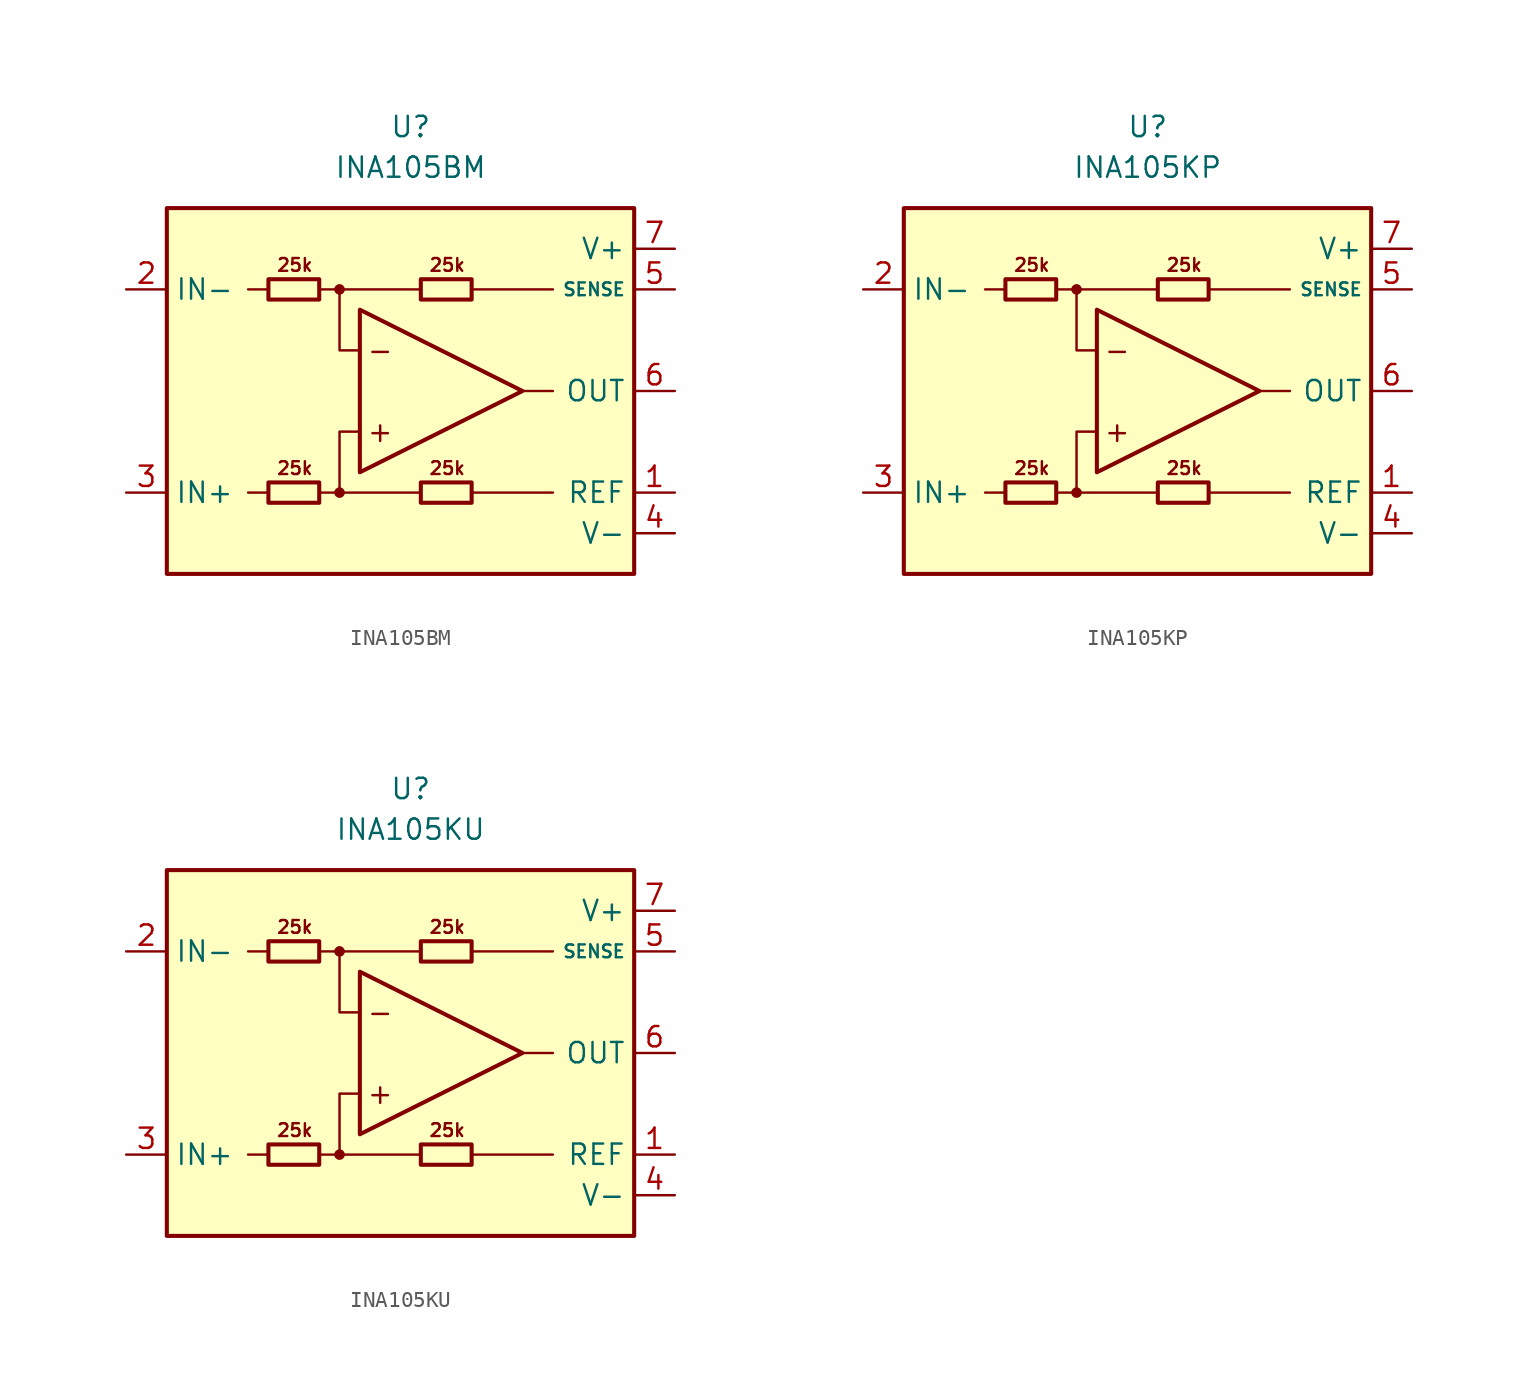
<source format=kicad_sym>
(kicad_symbol_lib
  (version 20211014)
  (generator kicad_symbol_editor)
  (symbol "INA105BM"
    (property "Reference" "U"
      (at 0 16.51 0)
      (effects (font (size 1.27 1.27))))
    (property "Value" "INA105BM"
      (at 0 13.97 0)
      (effects (font (size 1.27 1.27))))
    (symbol "INA105BM_0_0"
      (rectangle (start -15.24 11.43) (end 13.97 -11.43) (stroke (width 0.254) (type default) (color 0 0 0 0)) (fill (type background)))
      (circle (center -4.445 -6.35) (radius 0.254) (stroke (width 0.152) (type default) (color 0 0 0 0)) (fill (type outline)))
      (circle (center -4.445 6.35) (radius 0.254) (stroke (width 0.152) (type default) (color 0 0 0 0)) (fill (type outline)))
      (polyline (pts (xy -8.89 -6.35) (xy -10.16 -6.35)) (stroke (width 0.152) (type default) (color 0 0 0 0)) (fill (type none)))
      (polyline (pts (xy -8.89 6.35) (xy -10.16 6.35)) (stroke (width 0.152) (type default) (color 0 0 0 0)) (fill (type none)))
      (polyline (pts (xy -4.445 6.35) (xy 0.635 6.35)) (stroke (width 0.152) (type default) (color 0 0 0 0)) (fill (type none)))
      (polyline (pts (xy 0.635 -6.35) (xy -4.445 -6.35)) (stroke (width 0.152) (type default) (color 0 0 0 0)) (fill (type none)))
      (polyline (pts (xy 3.81 -6.35) (xy 8.89 -6.35)) (stroke (width 0.152) (type default) (color 0 0 0 0)) (fill (type none)))
      (polyline (pts (xy 3.81 6.35) (xy 8.89 6.35)) (stroke (width 0.152) (type default) (color 0 0 0 0)) (fill (type none)))
      (polyline (pts (xy 8.89 0) (xy 6.985 0)) (stroke (width 0.152) (type default) (color 0 0 0 0)) (fill (type none)))
      (polyline (pts (xy -5.715 -6.35) (xy -4.445 -6.35) (xy -4.445 -2.54) (xy -3.175 -2.54)) (stroke (width 0.152) (type default) (color 0 0 0 0)) (fill (type none)))
      (polyline (pts (xy -3.175 2.54) (xy -4.445 2.54) (xy -4.445 6.35) (xy -5.715 6.35)) (stroke (width 0.152) (type default) (color 0 0 0 0)) (fill (type none)))
      (text "+" (at -1.905 -2.54 0) (effects (font (size 1.27 1.27))))
      (text "-" (at -1.905 2.54 0) (effects (font (size 1.27 1.27))))
      (text "25k" (at -7.239 -4.826 0) (effects (font (size 0.8 0.8))))
      (text "25k" (at -7.239 7.874 0) (effects (font (size 0.8 0.8))))
      (text "25k" (at 2.286 -4.826 0) (effects (font (size 0.8 0.8))))
      (text "25k" (at 2.286 7.874 0) (effects (font (size 0.8 0.8)))))
    (symbol "INA105BM_0_1"
      (rectangle (start -8.89 -5.715) (end -5.715 -6.985) (stroke (width 0.254) (type default) (color 0 0 0 0)) (fill (type none)))
      (rectangle (start -8.89 6.985) (end -5.715 5.715) (stroke (width 0.254) (type default) (color 0 0 0 0)) (fill (type none)))
      (polyline (pts (xy -3.175 5.08) (xy -3.175 -5.08) (xy 6.985 0) (xy -3.175 5.08)) (stroke (width 0.254) (type default) (color 0 0 0 0)) (fill (type none)))
      (rectangle (start 0.635 -5.715) (end 3.81 -6.985) (stroke (width 0.254) (type default) (color 0 0 0 0)) (fill (type none)))
      (rectangle (start 0.635 6.985) (end 3.81 5.715) (stroke (width 0.254) (type default) (color 0 0 0 0)) (fill (type none))))
    (symbol "INA105BM_1_1"
      (pin input line (at 16.51 -6.35 180) (length 2.54) (name "REF" (effects (font (size 1.27 1.27)))) (number "1" (effects (font (size 1.27 1.27)))))
      (pin input line (at -17.78 6.35 0) (length 2.54) (name "IN-" (effects (font (size 1.27 1.27)))) (number "2" (effects (font (size 1.27 1.27)))))
      (pin input line (at -17.78 -6.35 0) (length 2.54) (name "IN+" (effects (font (size 1.27 1.27)))) (number "3" (effects (font (size 1.27 1.27)))))
      (pin power_in line (at 16.51 -8.89 180) (length 2.54) (name "V-" (effects (font (size 1.27 1.27)))) (number "4" (effects (font (size 1.27 1.27)))))
      (pin input line (at 16.51 6.35 180) (length 2.54) (name "SENSE" (effects (font (size 0.8 0.8)))) (number "5" (effects (font (size 1.27 1.27)))))
      (pin output line (at 16.51 0 180) (length 2.54) (name "OUT" (effects (font (size 1.27 1.27)))) (number "6" (effects (font (size 1.27 1.27)))))
      (pin power_in line (at 16.51 8.89 180) (length 2.54) (name "V+" (effects (font (size 1.27 1.27)))) (number "7" (effects (font (size 1.27 1.27)))))
      (pin no_connect line (at -10.16 0 0) (length 2.54) hide (name "NC" (effects (font (size 1.27 1.27)))) (number "8" (effects (font (size 1.27 1.27)))))))
  (symbol "INA105KP"
    (property "Reference" "U"
      (at 0 16.51 0)
      (effects (font (size 1.27 1.27))))
    (property "Value" "INA105KP"
      (at 0 13.97 0)
      (effects (font (size 1.27 1.27))))
    (symbol "INA105KP_0_0"
      (rectangle (start -15.24 11.43) (end 13.97 -11.43) (stroke (width 0.254) (type default) (color 0 0 0 0)) (fill (type background)))
      (circle (center -4.445 -6.35) (radius 0.254) (stroke (width 0.152) (type default) (color 0 0 0 0)) (fill (type outline)))
      (circle (center -4.445 6.35) (radius 0.254) (stroke (width 0.152) (type default) (color 0 0 0 0)) (fill (type outline)))
      (polyline (pts (xy -8.89 -6.35) (xy -10.16 -6.35)) (stroke (width 0.152) (type default) (color 0 0 0 0)) (fill (type none)))
      (polyline (pts (xy -8.89 6.35) (xy -10.16 6.35)) (stroke (width 0.152) (type default) (color 0 0 0 0)) (fill (type none)))
      (polyline (pts (xy -4.445 6.35) (xy 0.635 6.35)) (stroke (width 0.152) (type default) (color 0 0 0 0)) (fill (type none)))
      (polyline (pts (xy 0.635 -6.35) (xy -4.445 -6.35)) (stroke (width 0.152) (type default) (color 0 0 0 0)) (fill (type none)))
      (polyline (pts (xy 3.81 -6.35) (xy 8.89 -6.35)) (stroke (width 0.152) (type default) (color 0 0 0 0)) (fill (type none)))
      (polyline (pts (xy 3.81 6.35) (xy 8.89 6.35)) (stroke (width 0.152) (type default) (color 0 0 0 0)) (fill (type none)))
      (polyline (pts (xy 8.89 0) (xy 6.985 0)) (stroke (width 0.152) (type default) (color 0 0 0 0)) (fill (type none)))
      (polyline (pts (xy -5.715 -6.35) (xy -4.445 -6.35) (xy -4.445 -2.54) (xy -3.175 -2.54)) (stroke (width 0.152) (type default) (color 0 0 0 0)) (fill (type none)))
      (polyline (pts (xy -3.175 2.54) (xy -4.445 2.54) (xy -4.445 6.35) (xy -5.715 6.35)) (stroke (width 0.152) (type default) (color 0 0 0 0)) (fill (type none)))
      (text "+" (at -1.905 -2.54 0) (effects (font (size 1.27 1.27))))
      (text "-" (at -1.905 2.54 0) (effects (font (size 1.27 1.27))))
      (text "25k" (at -7.239 -4.826 0) (effects (font (size 0.8 0.8))))
      (text "25k" (at -7.239 7.874 0) (effects (font (size 0.8 0.8))))
      (text "25k" (at 2.286 -4.826 0) (effects (font (size 0.8 0.8))))
      (text "25k" (at 2.286 7.874 0) (effects (font (size 0.8 0.8)))))
    (symbol "INA105KP_0_1"
      (rectangle (start -8.89 -5.715) (end -5.715 -6.985) (stroke (width 0.254) (type default) (color 0 0 0 0)) (fill (type none)))
      (rectangle (start -8.89 6.985) (end -5.715 5.715) (stroke (width 0.254) (type default) (color 0 0 0 0)) (fill (type none)))
      (polyline (pts (xy -3.175 5.08) (xy -3.175 -5.08) (xy 6.985 0) (xy -3.175 5.08)) (stroke (width 0.254) (type default) (color 0 0 0 0)) (fill (type none)))
      (rectangle (start 0.635 -5.715) (end 3.81 -6.985) (stroke (width 0.254) (type default) (color 0 0 0 0)) (fill (type none)))
      (rectangle (start 0.635 6.985) (end 3.81 5.715) (stroke (width 0.254) (type default) (color 0 0 0 0)) (fill (type none))))
    (symbol "INA105KP_1_1"
      (pin input line (at 16.51 -6.35 180) (length 2.54) (name "REF" (effects (font (size 1.27 1.27)))) (number "1" (effects (font (size 1.27 1.27)))))
      (pin input line (at -17.78 6.35 0) (length 2.54) (name "IN-" (effects (font (size 1.27 1.27)))) (number "2" (effects (font (size 1.27 1.27)))))
      (pin input line (at -17.78 -6.35 0) (length 2.54) (name "IN+" (effects (font (size 1.27 1.27)))) (number "3" (effects (font (size 1.27 1.27)))))
      (pin power_in line (at 16.51 -8.89 180) (length 2.54) (name "V-" (effects (font (size 1.27 1.27)))) (number "4" (effects (font (size 1.27 1.27)))))
      (pin input line (at 16.51 6.35 180) (length 2.54) (name "SENSE" (effects (font (size 0.8 0.8)))) (number "5" (effects (font (size 1.27 1.27)))))
      (pin output line (at 16.51 0 180) (length 2.54) (name "OUT" (effects (font (size 1.27 1.27)))) (number "6" (effects (font (size 1.27 1.27)))))
      (pin power_in line (at 16.51 8.89 180) (length 2.54) (name "V+" (effects (font (size 1.27 1.27)))) (number "7" (effects (font (size 1.27 1.27)))))
      (pin no_connect line (at -10.16 0 0) (length 2.54) hide (name "NC" (effects (font (size 1.27 1.27)))) (number "8" (effects (font (size 1.27 1.27)))))))
  (symbol "INA105KU"
    (property "Reference" "U"
      (at 0 16.51 0)
      (effects (font (size 1.27 1.27))))
    (property "Value" "INA105KU"
      (at 0 13.97 0)
      (effects (font (size 1.27 1.27))))
    (symbol "INA105KU_0_0"
      (rectangle (start -15.24 11.43) (end 13.97 -11.43) (stroke (width 0.254) (type default) (color 0 0 0 0)) (fill (type background)))
      (circle (center -4.445 -6.35) (radius 0.254) (stroke (width 0.152) (type default) (color 0 0 0 0)) (fill (type outline)))
      (circle (center -4.445 6.35) (radius 0.254) (stroke (width 0.152) (type default) (color 0 0 0 0)) (fill (type outline)))
      (polyline (pts (xy -8.89 -6.35) (xy -10.16 -6.35)) (stroke (width 0.152) (type default) (color 0 0 0 0)) (fill (type none)))
      (polyline (pts (xy -8.89 6.35) (xy -10.16 6.35)) (stroke (width 0.152) (type default) (color 0 0 0 0)) (fill (type none)))
      (polyline (pts (xy -4.445 6.35) (xy 0.635 6.35)) (stroke (width 0.152) (type default) (color 0 0 0 0)) (fill (type none)))
      (polyline (pts (xy 0.635 -6.35) (xy -4.445 -6.35)) (stroke (width 0.152) (type default) (color 0 0 0 0)) (fill (type none)))
      (polyline (pts (xy 3.81 -6.35) (xy 8.89 -6.35)) (stroke (width 0.152) (type default) (color 0 0 0 0)) (fill (type none)))
      (polyline (pts (xy 3.81 6.35) (xy 8.89 6.35)) (stroke (width 0.152) (type default) (color 0 0 0 0)) (fill (type none)))
      (polyline (pts (xy 8.89 0) (xy 6.985 0)) (stroke (width 0.152) (type default) (color 0 0 0 0)) (fill (type none)))
      (polyline (pts (xy -5.715 -6.35) (xy -4.445 -6.35) (xy -4.445 -2.54) (xy -3.175 -2.54)) (stroke (width 0.152) (type default) (color 0 0 0 0)) (fill (type none)))
      (polyline (pts (xy -3.175 2.54) (xy -4.445 2.54) (xy -4.445 6.35) (xy -5.715 6.35)) (stroke (width 0.152) (type default) (color 0 0 0 0)) (fill (type none)))
      (text "+" (at -1.905 -2.54 0) (effects (font (size 1.27 1.27))))
      (text "-" (at -1.905 2.54 0) (effects (font (size 1.27 1.27))))
      (text "25k" (at -7.239 -4.826 0) (effects (font (size 0.8 0.8))))
      (text "25k" (at -7.239 7.874 0) (effects (font (size 0.8 0.8))))
      (text "25k" (at 2.286 -4.826 0) (effects (font (size 0.8 0.8))))
      (text "25k" (at 2.286 7.874 0) (effects (font (size 0.8 0.8)))))
    (symbol "INA105KU_0_1"
      (rectangle (start -8.89 -5.715) (end -5.715 -6.985) (stroke (width 0.254) (type default) (color 0 0 0 0)) (fill (type none)))
      (rectangle (start -8.89 6.985) (end -5.715 5.715) (stroke (width 0.254) (type default) (color 0 0 0 0)) (fill (type none)))
      (polyline (pts (xy -3.175 5.08) (xy -3.175 -5.08) (xy 6.985 0) (xy -3.175 5.08)) (stroke (width 0.254) (type default) (color 0 0 0 0)) (fill (type none)))
      (rectangle (start 0.635 -5.715) (end 3.81 -6.985) (stroke (width 0.254) (type default) (color 0 0 0 0)) (fill (type none)))
      (rectangle (start 0.635 6.985) (end 3.81 5.715) (stroke (width 0.254) (type default) (color 0 0 0 0)) (fill (type none))))
    (symbol "INA105KU_1_1"
      (pin input line (at 16.51 -6.35 180) (length 2.54) (name "REF" (effects (font (size 1.27 1.27)))) (number "1" (effects (font (size 1.27 1.27)))))
      (pin input line (at -17.78 6.35 0) (length 2.54) (name "IN-" (effects (font (size 1.27 1.27)))) (number "2" (effects (font (size 1.27 1.27)))))
      (pin input line (at -17.78 -6.35 0) (length 2.54) (name "IN+" (effects (font (size 1.27 1.27)))) (number "3" (effects (font (size 1.27 1.27)))))
      (pin power_in line (at 16.51 -8.89 180) (length 2.54) (name "V-" (effects (font (size 1.27 1.27)))) (number "4" (effects (font (size 1.27 1.27)))))
      (pin input line (at 16.51 6.35 180) (length 2.54) (name "SENSE" (effects (font (size 0.8 0.8)))) (number "5" (effects (font (size 1.27 1.27)))))
      (pin output line (at 16.51 0 180) (length 2.54) (name "OUT" (effects (font (size 1.27 1.27)))) (number "6" (effects (font (size 1.27 1.27)))))
      (pin power_in line (at 16.51 8.89 180) (length 2.54) (name "V+" (effects (font (size 1.27 1.27)))) (number "7" (effects (font (size 1.27 1.27)))))
      (pin no_connect line (at -10.16 0 0) (length 2.54) hide (name "NC" (effects (font (size 1.27 1.27)))) (number "8" (effects (font (size 1.27 1.27))))))))
</source>
